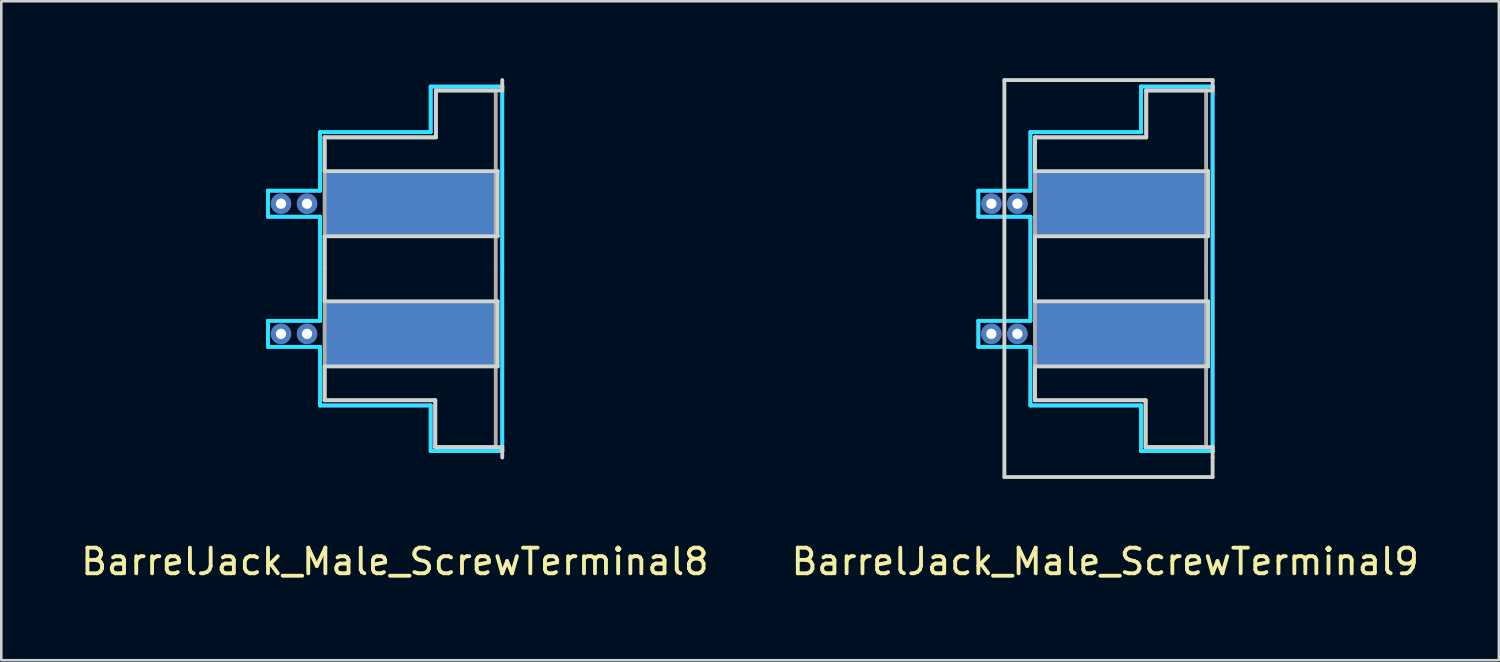
<source format=kicad_pcb>
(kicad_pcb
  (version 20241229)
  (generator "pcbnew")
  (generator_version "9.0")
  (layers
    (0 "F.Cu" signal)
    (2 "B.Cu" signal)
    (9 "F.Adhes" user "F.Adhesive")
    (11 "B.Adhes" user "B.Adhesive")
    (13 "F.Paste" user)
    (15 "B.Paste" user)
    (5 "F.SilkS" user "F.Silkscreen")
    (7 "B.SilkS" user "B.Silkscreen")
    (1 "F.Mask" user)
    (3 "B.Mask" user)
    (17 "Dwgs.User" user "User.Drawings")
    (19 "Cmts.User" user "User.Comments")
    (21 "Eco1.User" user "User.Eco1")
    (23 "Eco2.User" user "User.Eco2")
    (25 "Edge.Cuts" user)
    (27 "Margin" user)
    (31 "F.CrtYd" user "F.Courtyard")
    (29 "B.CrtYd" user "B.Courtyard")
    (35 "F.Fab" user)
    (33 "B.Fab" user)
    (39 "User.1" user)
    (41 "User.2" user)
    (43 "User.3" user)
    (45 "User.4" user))
  (footprint "BarrelJack_Male_ScrewTerminal9"
    (layer "F.Cu")
    (at 40.724 7.441)
    (property "Reference" "BarrelJack_Male_ScrewTerminal9" (at -0.635 11.43 0) (layer "F.SilkS") (effects (font (size 1 1) (thickness 0.15))))
    (attr through_hole)
    (fp_line (start -4.572 -7.366) (end -4.572 8.128) (stroke (width 0.15) (type solid)) (layer "Edge.Cuts"))
    (fp_line (start -4.572 8.128) (end 3.556 8.128) (stroke (width 0.15) (type solid)) (layer "Edge.Cuts"))
    (fp_line (start -3.378 -5.131) (end -3.378 -3.81) (stroke (width 0.15) (type solid)) (layer "Edge.Cuts"))
    (fp_line (start -3.378 -3.81) (end 3.378 -3.81) (stroke (width 0.15) (type solid)) (layer "Edge.Cuts"))
    (fp_line (start -3.378 -1.27) (end -3.378 1.27) (stroke (width 0.15) (type solid)) (layer "Edge.Cuts"))
    (fp_line (start -3.378 1.27) (end 3.378 1.27) (stroke (width 0.15) (type solid)) (layer "Edge.Cuts"))
    (fp_line (start -3.378 3.81) (end -3.378 5.131) (stroke (width 0.15) (type solid)) (layer "Edge.Cuts"))
    (fp_line (start -3.378 5.131) (end 0.94 5.131) (stroke (width 0.15) (type solid)) (layer "Edge.Cuts"))
    (fp_line (start 0.94 5.131) (end 0.94 6.96) (stroke (width 0.15) (type solid)) (layer "Edge.Cuts"))
    (fp_line (start 0.94 6.96) (end 3.302 6.96) (stroke (width 0.15) (type solid)) (layer "Edge.Cuts"))
    (fp_line (start 0.965 -6.96) (end 0.965 -5.131) (stroke (width 0.15) (type solid)) (layer "Edge.Cuts"))
    (fp_line (start 0.965 -5.131) (end -3.378 -5.131) (stroke (width 0.15) (type solid)) (layer "Edge.Cuts"))
    (fp_line (start 3.302 -6.96) (end 0.965 -6.96) (stroke (width 0.15) (type solid)) (layer "Edge.Cuts"))
    (fp_line (start 3.302 6.96) (end 3.556 6.96) (stroke (width 0.15) (type solid)) (layer "Edge.Cuts"))
    (fp_line (start 3.378 -3.81) (end 3.378 -1.27) (stroke (width 0.15) (type solid)) (layer "Edge.Cuts"))
    (fp_line (start 3.378 -1.27) (end -3.378 -1.27) (stroke (width 0.15) (type solid)) (layer "Edge.Cuts"))
    (fp_line (start 3.378 1.27) (end 3.378 3.81) (stroke (width 0.15) (type solid)) (layer "Edge.Cuts"))
    (fp_line (start 3.378 3.81) (end -3.378 3.81) (stroke (width 0.15) (type solid)) (layer "Edge.Cuts"))
    (fp_line (start 3.556 -7.366) (end -4.572 -7.366) (stroke (width 0.15) (type solid)) (layer "Edge.Cuts"))
    (fp_line (start 3.556 -7.366) (end 3.556 -7.112) (stroke (width 0.15) (type solid)) (layer "Edge.Cuts"))
    (fp_line (start 3.556 -7.112) (end 3.556 -6.96) (stroke (width 0.15) (type solid)) (layer "Edge.Cuts"))
    (fp_line (start 3.556 -6.96) (end 3.302 -6.96) (stroke (width 0.15) (type solid)) (layer "Edge.Cuts"))
    (fp_line (start 3.556 7.112) (end 3.556 6.96) (stroke (width 0.15) (type solid)) (layer "Edge.Cuts"))
    (fp_line (start 3.556 7.366) (end 3.556 7.112) (stroke (width 0.15) (type solid)) (layer "Edge.Cuts"))
    (fp_line (start 3.556 8.128) (end 3.556 7.366) (stroke (width 0.15) (type solid)) (layer "Edge.Cuts"))
    (fp_line (start -5.588 -3.048) (end -3.556 -3.048) (stroke (width 0.15) (type solid)) (layer "B.CrtYd"))
    (fp_line (start -5.588 -2.032) (end -5.588 -3.048) (stroke (width 0.15) (type solid)) (layer "B.CrtYd"))
    (fp_line (start -5.588 2.032) (end -3.556 2.032) (stroke (width 0.15) (type solid)) (layer "B.CrtYd"))
    (fp_line (start -5.588 3.048) (end -5.588 2.032) (stroke (width 0.15) (type solid)) (layer "B.CrtYd"))
    (fp_line (start -3.556 -5.334) (end 0.762 -5.334) (stroke (width 0.15) (type solid)) (layer "B.CrtYd"))
    (fp_line (start -3.556 -3.048) (end -3.556 -5.334) (stroke (width 0.15) (type solid)) (layer "B.CrtYd"))
    (fp_line (start -3.556 -2.032) (end -5.588 -2.032) (stroke (width 0.15) (type solid)) (layer "B.CrtYd"))
    (fp_line (start -3.556 2.032) (end -3.556 -2.032) (stroke (width 0.15) (type solid)) (layer "B.CrtYd"))
    (fp_line (start -3.556 3.048) (end -5.588 3.048) (stroke (width 0.15) (type solid)) (layer "B.CrtYd"))
    (fp_line (start -3.556 5.334) (end -3.556 3.048) (stroke (width 0.15) (type solid)) (layer "B.CrtYd"))
    (fp_line (start 0.762 -7.112) (end 3.556 -7.112) (stroke (width 0.15) (type solid)) (layer "B.CrtYd"))
    (fp_line (start 0.762 -5.334) (end 0.762 -7.112) (stroke (width 0.15) (type solid)) (layer "B.CrtYd"))
    (fp_line (start 0.762 5.334) (end -3.556 5.334) (stroke (width 0.15) (type solid)) (layer "B.CrtYd"))
    (fp_line (start 0.762 7.112) (end 0.762 5.334) (stroke (width 0.15) (type solid)) (layer "B.CrtYd"))
    (fp_line (start 3.556 -7.112) (end 3.556 7.112) (stroke (width 0.15) (type solid)) (layer "B.CrtYd"))
    (fp_line (start 3.556 7.112) (end 0.762 7.112) (stroke (width 0.15) (type solid)) (layer "B.CrtYd"))
    (fp_line (start -5.588 -3.048) (end -3.556 -3.048) (stroke (width 0.15) (type solid)) (layer "F.CrtYd"))
    (fp_line (start -5.588 -2.032) (end -5.588 -3.048) (stroke (width 0.15) (type solid)) (layer "F.CrtYd"))
    (fp_line (start -5.588 2.032) (end -3.556 2.032) (stroke (width 0.15) (type solid)) (layer "F.CrtYd"))
    (fp_line (start -5.588 3.048) (end -5.588 2.032) (stroke (width 0.15) (type solid)) (layer "F.CrtYd"))
    (fp_line (start -3.556 -5.334) (end 0.762 -5.334) (stroke (width 0.15) (type solid)) (layer "F.CrtYd"))
    (fp_line (start -3.556 -3.048) (end -3.556 -5.334) (stroke (width 0.15) (type solid)) (layer "F.CrtYd"))
    (fp_line (start -3.556 -2.032) (end -5.588 -2.032) (stroke (width 0.15) (type solid)) (layer "F.CrtYd"))
    (fp_line (start -3.556 2.032) (end -3.556 -2.032) (stroke (width 0.15) (type solid)) (layer "F.CrtYd"))
    (fp_line (start -3.556 3.048) (end -5.588 3.048) (stroke (width 0.15) (type solid)) (layer "F.CrtYd"))
    (fp_line (start -3.556 5.334) (end -3.556 3.048) (stroke (width 0.15) (type solid)) (layer "F.CrtYd"))
    (fp_line (start 0.762 -7.112) (end 3.302 -7.112) (stroke (width 0.15) (type solid)) (layer "F.CrtYd"))
    (fp_line (start 0.762 -5.334) (end 0.762 -7.112) (stroke (width 0.15) (type solid)) (layer "F.CrtYd"))
    (fp_line (start 0.762 5.334) (end -3.556 5.334) (stroke (width 0.15) (type solid)) (layer "F.CrtYd"))
    (fp_line (start 0.762 7.112) (end 0.762 5.334) (stroke (width 0.15) (type solid)) (layer "F.CrtYd"))
    (fp_line (start 3.302 7.112) (end 0.762 7.112) (stroke (width 0.15) (type solid)) (layer "F.CrtYd"))
    (fp_line (start 3.556 -7.112) (end 3.302 -7.112) (stroke (width 0.15) (type solid)) (layer "F.CrtYd"))
    (fp_line (start 3.556 -7.112) (end 3.556 7.112) (stroke (width 0.15) (type solid)) (layer "F.CrtYd"))
    (fp_line (start 3.556 7.112) (end 3.302 7.112) (stroke (width 0.15) (type solid)) (layer "F.CrtYd"))
    (fp_line (start -3.378 -5.131) (end 0.94 -5.131) (stroke (width 0.15) (type solid)) (layer "F.Fab"))
    (fp_line (start -3.378 0) (end -3.378 -5.131) (stroke (width 0.15) (type solid)) (layer "F.Fab"))
    (fp_line (start -3.378 0) (end -3.378 5.131) (stroke (width 0.15) (type solid)) (layer "F.Fab"))
    (fp_line (start -3.378 5.131) (end 0.94 5.131) (stroke (width 0.15) (type solid)) (layer "F.Fab"))
    (fp_line (start 0.94 5.131) (end 0.94 6.96) (stroke (width 0.15) (type solid)) (layer "F.Fab"))
    (fp_line (start 0.965 -6.96) (end 3.302 -6.96) (stroke (width 0.15) (type solid)) (layer "F.Fab"))
    (fp_line (start 0.965 -5.131) (end 0.965 -6.96) (stroke (width 0.15) (type solid)) (layer "F.Fab"))
    (fp_line (start 0.965 6.96) (end 3.302 6.96) (stroke (width 0.15) (type solid)) (layer "F.Fab"))
    (fp_line (start 3.302 0) (end 3.302 -6.934) (stroke (width 0.15) (type solid)) (layer "F.Fab"))
    (fp_line (start 3.302 6.96) (end 3.302 0.025) (stroke (width 0.15) (type solid)) (layer "F.Fab"))
    (pad "1" thru_hole circle (at -5.08 -2.54) (size 0.8 0.8) (drill 0.4) (layers "*.Cu"))
    (pad "1" thru_hole circle (at -4.064 -2.54) (size 0.8 0.8) (drill 0.4) (layers "*.Cu"))
    (pad "1" connect rect (at 0 -2.54) (size 6.756 2.54) (layers "F.Cu" "F.Mask"))
    (pad "1" connect rect (at 0 -2.54) (size 6.756 2.54) (layers "B.Cu" "B.Mask"))
    (pad "2" thru_hole circle (at -5.08 2.54) (size 0.8 0.8) (drill 0.4) (layers "*.Cu"))
    (pad "2" thru_hole circle (at -4.064 2.54) (size 0.8 0.8) (drill 0.4) (layers "*.Cu"))
    (pad "2" connect rect (at 0 2.54) (size 6.756 2.54) (layers "F.Cu" "F.Mask"))
    (pad "2" connect rect (at 0 2.54) (size 6.756 2.54) (layers "B.Cu" "B.Mask")))
  (footprint "BarrelJack_Male_ScrewTerminal8"
    (layer "F.Cu")
    (at 12.998 7.441)
    (property "Reference" "BarrelJack_Male_ScrewTerminal8" (at -0.635 11.43 0) (layer "F.SilkS") (effects (font (size 1 1) (thickness 0.15))))
    (attr through_hole)
    (fp_line (start -3.378 -5.131) (end -3.378 -3.81) (stroke (width 0.15) (type solid)) (layer "Edge.Cuts"))
    (fp_line (start -3.378 -3.81) (end 3.378 -3.81) (stroke (width 0.15) (type solid)) (layer "Edge.Cuts"))
    (fp_line (start -3.378 -1.27) (end -3.378 1.27) (stroke (width 0.15) (type solid)) (layer "Edge.Cuts"))
    (fp_line (start -3.378 1.27) (end 3.378 1.27) (stroke (width 0.15) (type solid)) (layer "Edge.Cuts"))
    (fp_line (start -3.378 3.81) (end -3.378 5.131) (stroke (width 0.15) (type solid)) (layer "Edge.Cuts"))
    (fp_line (start -3.378 5.131) (end 0.94 5.131) (stroke (width 0.15) (type solid)) (layer "Edge.Cuts"))
    (fp_line (start 0.94 5.131) (end 0.94 6.96) (stroke (width 0.15) (type solid)) (layer "Edge.Cuts"))
    (fp_line (start 0.94 6.96) (end 3.302 6.96) (stroke (width 0.15) (type solid)) (layer "Edge.Cuts"))
    (fp_line (start 0.965 -6.96) (end 0.965 -5.131) (stroke (width 0.15) (type solid)) (layer "Edge.Cuts"))
    (fp_line (start 0.965 -5.131) (end -3.378 -5.131) (stroke (width 0.15) (type solid)) (layer "Edge.Cuts"))
    (fp_line (start 3.302 -6.96) (end 0.965 -6.96) (stroke (width 0.15) (type solid)) (layer "Edge.Cuts"))
    (fp_line (start 3.302 6.96) (end 3.556 6.96) (stroke (width 0.15) (type solid)) (layer "Edge.Cuts"))
    (fp_line (start 3.378 -3.81) (end 3.378 -1.27) (stroke (width 0.15) (type solid)) (layer "Edge.Cuts"))
    (fp_line (start 3.378 -1.27) (end -3.378 -1.27) (stroke (width 0.15) (type solid)) (layer "Edge.Cuts"))
    (fp_line (start 3.378 1.27) (end 3.378 3.81) (stroke (width 0.15) (type solid)) (layer "Edge.Cuts"))
    (fp_line (start 3.378 3.81) (end -3.378 3.81) (stroke (width 0.15) (type solid)) (layer "Edge.Cuts"))
    (fp_line (start 3.556 -7.366) (end 3.556 -7.112) (stroke (width 0.15) (type solid)) (layer "Edge.Cuts"))
    (fp_line (start 3.556 -7.112) (end 3.556 -6.96) (stroke (width 0.15) (type solid)) (layer "Edge.Cuts"))
    (fp_line (start 3.556 -6.96) (end 3.302 -6.96) (stroke (width 0.15) (type solid)) (layer "Edge.Cuts"))
    (fp_line (start 3.556 7.112) (end 3.556 6.96) (stroke (width 0.15) (type solid)) (layer "Edge.Cuts"))
    (fp_line (start 3.556 7.366) (end 3.556 7.112) (stroke (width 0.15) (type solid)) (layer "Edge.Cuts"))
    (fp_line (start -5.588 -3.048) (end -3.556 -3.048) (stroke (width 0.15) (type solid)) (layer "B.CrtYd"))
    (fp_line (start -5.588 -2.032) (end -5.588 -3.048) (stroke (width 0.15) (type solid)) (layer "B.CrtYd"))
    (fp_line (start -5.588 2.032) (end -3.556 2.032) (stroke (width 0.15) (type solid)) (layer "B.CrtYd"))
    (fp_line (start -5.588 3.048) (end -5.588 2.032) (stroke (width 0.15) (type solid)) (layer "B.CrtYd"))
    (fp_line (start -3.556 -5.334) (end 0.762 -5.334) (stroke (width 0.15) (type solid)) (layer "B.CrtYd"))
    (fp_line (start -3.556 -3.048) (end -3.556 -5.334) (stroke (width 0.15) (type solid)) (layer "B.CrtYd"))
    (fp_line (start -3.556 -2.032) (end -5.588 -2.032) (stroke (width 0.15) (type solid)) (layer "B.CrtYd"))
    (fp_line (start -3.556 2.032) (end -3.556 -2.032) (stroke (width 0.15) (type solid)) (layer "B.CrtYd"))
    (fp_line (start -3.556 3.048) (end -5.588 3.048) (stroke (width 0.15) (type solid)) (layer "B.CrtYd"))
    (fp_line (start -3.556 5.334) (end -3.556 3.048) (stroke (width 0.15) (type solid)) (layer "B.CrtYd"))
    (fp_line (start 0.762 -7.112) (end 3.556 -7.112) (stroke (width 0.15) (type solid)) (layer "B.CrtYd"))
    (fp_line (start 0.762 -5.334) (end 0.762 -7.112) (stroke (width 0.15) (type solid)) (layer "B.CrtYd"))
    (fp_line (start 0.762 5.334) (end -3.556 5.334) (stroke (width 0.15) (type solid)) (layer "B.CrtYd"))
    (fp_line (start 0.762 7.112) (end 0.762 5.334) (stroke (width 0.15) (type solid)) (layer "B.CrtYd"))
    (fp_line (start 3.556 -7.112) (end 3.556 7.112) (stroke (width 0.15) (type solid)) (layer "B.CrtYd"))
    (fp_line (start 3.556 7.112) (end 0.762 7.112) (stroke (width 0.15) (type solid)) (layer "B.CrtYd"))
    (fp_line (start -5.588 -3.048) (end -3.556 -3.048) (stroke (width 0.15) (type solid)) (layer "F.CrtYd"))
    (fp_line (start -5.588 -2.032) (end -5.588 -3.048) (stroke (width 0.15) (type solid)) (layer "F.CrtYd"))
    (fp_line (start -5.588 2.032) (end -3.556 2.032) (stroke (width 0.15) (type solid)) (layer "F.CrtYd"))
    (fp_line (start -5.588 3.048) (end -5.588 2.032) (stroke (width 0.15) (type solid)) (layer "F.CrtYd"))
    (fp_line (start -3.556 -5.334) (end 0.762 -5.334) (stroke (width 0.15) (type solid)) (layer "F.CrtYd"))
    (fp_line (start -3.556 -3.048) (end -3.556 -5.334) (stroke (width 0.15) (type solid)) (layer "F.CrtYd"))
    (fp_line (start -3.556 -2.032) (end -5.588 -2.032) (stroke (width 0.15) (type solid)) (layer "F.CrtYd"))
    (fp_line (start -3.556 2.032) (end -3.556 -2.032) (stroke (width 0.15) (type solid)) (layer "F.CrtYd"))
    (fp_line (start -3.556 3.048) (end -5.588 3.048) (stroke (width 0.15) (type solid)) (layer "F.CrtYd"))
    (fp_line (start -3.556 5.334) (end -3.556 3.048) (stroke (width 0.15) (type solid)) (layer "F.CrtYd"))
    (fp_line (start 0.762 -7.112) (end 3.302 -7.112) (stroke (width 0.15) (type solid)) (layer "F.CrtYd"))
    (fp_line (start 0.762 -5.334) (end 0.762 -7.112) (stroke (width 0.15) (type solid)) (layer "F.CrtYd"))
    (fp_line (start 0.762 5.334) (end -3.556 5.334) (stroke (width 0.15) (type solid)) (layer "F.CrtYd"))
    (fp_line (start 0.762 7.112) (end 0.762 5.334) (stroke (width 0.15) (type solid)) (layer "F.CrtYd"))
    (fp_line (start 3.302 7.112) (end 0.762 7.112) (stroke (width 0.15) (type solid)) (layer "F.CrtYd"))
    (fp_line (start 3.556 -7.112) (end 3.302 -7.112) (stroke (width 0.15) (type solid)) (layer "F.CrtYd"))
    (fp_line (start 3.556 -7.112) (end 3.556 7.112) (stroke (width 0.15) (type solid)) (layer "F.CrtYd"))
    (fp_line (start 3.556 7.112) (end 3.302 7.112) (stroke (width 0.15) (type solid)) (layer "F.CrtYd"))
    (fp_line (start -3.378 -5.131) (end 0.94 -5.131) (stroke (width 0.15) (type solid)) (layer "F.Fab"))
    (fp_line (start -3.378 0) (end -3.378 -5.131) (stroke (width 0.15) (type solid)) (layer "F.Fab"))
    (fp_line (start -3.378 0) (end -3.378 5.131) (stroke (width 0.15) (type solid)) (layer "F.Fab"))
    (fp_line (start -3.378 5.131) (end 0.94 5.131) (stroke (width 0.15) (type solid)) (layer "F.Fab"))
    (fp_line (start 0.94 5.131) (end 0.94 6.96) (stroke (width 0.15) (type solid)) (layer "F.Fab"))
    (fp_line (start 0.965 -6.96) (end 3.302 -6.96) (stroke (width 0.15) (type solid)) (layer "F.Fab"))
    (fp_line (start 0.965 -5.131) (end 0.965 -6.96) (stroke (width 0.15) (type solid)) (layer "F.Fab"))
    (fp_line (start 0.965 6.96) (end 3.302 6.96) (stroke (width 0.15) (type solid)) (layer "F.Fab"))
    (fp_line (start 3.302 0) (end 3.302 -6.934) (stroke (width 0.15) (type solid)) (layer "F.Fab"))
    (fp_line (start 3.302 6.96) (end 3.302 0.025) (stroke (width 0.15) (type solid)) (layer "F.Fab"))
    (pad "1" thru_hole circle (at -5.08 -2.54) (size 0.8 0.8) (drill 0.4) (layers "*.Cu"))
    (pad "1" thru_hole circle (at -4.064 -2.54) (size 0.8 0.8) (drill 0.4) (layers "*.Cu"))
    (pad "1" connect rect (at 0 -2.54) (size 6.756 2.54) (layers "F.Cu" "F.Mask"))
    (pad "1" connect rect (at 0 -2.54) (size 6.756 2.54) (layers "B.Cu" "B.Mask"))
    (pad "2" thru_hole circle (at -5.08 2.54) (size 0.8 0.8) (drill 0.4) (layers "*.Cu"))
    (pad "2" thru_hole circle (at -4.064 2.54) (size 0.8 0.8) (drill 0.4) (layers "*.Cu"))
    (pad "2" connect rect (at 0 2.54) (size 6.756 2.54) (layers "F.Cu" "F.Mask"))
    (pad "2" connect rect (at 0 2.54) (size 6.756 2.54) (layers "B.Cu" "B.Mask")))
  (gr_rect
    (start -3 -3)
    (end 55.452 22.719)
    (stroke (width 0.1) (type default))
    (fill no)
    (layer "Edge.Cuts")))
</source>
